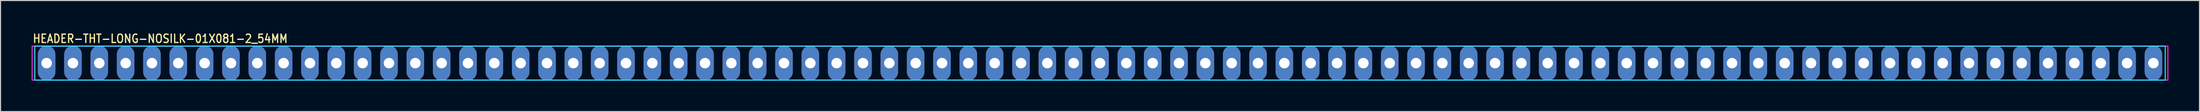
<source format=kicad_pcb>
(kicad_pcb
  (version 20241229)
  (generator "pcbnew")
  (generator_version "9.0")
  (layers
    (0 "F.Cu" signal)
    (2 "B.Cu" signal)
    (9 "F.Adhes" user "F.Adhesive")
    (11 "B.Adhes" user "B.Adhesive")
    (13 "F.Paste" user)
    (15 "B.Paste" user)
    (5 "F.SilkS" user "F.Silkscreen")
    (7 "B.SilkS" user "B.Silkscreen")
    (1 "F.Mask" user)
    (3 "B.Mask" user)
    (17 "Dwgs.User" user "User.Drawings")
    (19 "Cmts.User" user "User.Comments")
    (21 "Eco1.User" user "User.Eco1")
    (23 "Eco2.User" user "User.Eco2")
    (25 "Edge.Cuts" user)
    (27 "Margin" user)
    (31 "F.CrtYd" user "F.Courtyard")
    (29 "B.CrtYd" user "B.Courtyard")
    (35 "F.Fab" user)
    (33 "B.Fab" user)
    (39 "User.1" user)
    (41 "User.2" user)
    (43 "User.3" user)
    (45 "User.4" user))
  (footprint "HEADER-THT-LONG-NOSILK-01X081-2_54MM"
    (layer "F.Cu")
    (at 1.447 3.079)
    (property "Reference" "HEADER-THT-LONG-NOSILK-01X081-2_54MM" (at -1.4 -1.9 0) (unlocked yes) (layer "F.SilkS") (effects (font (size 0.813 0.695) (thickness 0.122)) (justify left bottom)))
    (fp_poly (pts (xy -1.143 -1.651) (xy 204.343 -1.651) (xy 204.343 1.651) (xy -1.143 1.651)) (stroke (width 0.1) (type solid)) (fill no) (layer "B.CrtYd"))
    (fp_poly (pts (xy -1.397 -1.651) (xy 204.597 -1.651) (xy 204.597 1.651) (xy -1.397 1.651)) (stroke (width 0.1) (type solid)) (fill no) (layer "F.CrtYd"))
    (pad "P$1" thru_hole oval (at 0 0 90) (size 3.387 1.693) (drill 1.016) (layers "*.Cu" "*.Mask"))
    (pad "P$2" thru_hole oval (at 2.54 0 90) (size 3.387 1.693) (drill 1.016) (layers "*.Cu" "*.Mask"))
    (pad "P$3" thru_hole oval (at 5.08 0 90) (size 3.387 1.693) (drill 1.016) (layers "*.Cu" "*.Mask"))
    (pad "P$4" thru_hole oval (at 7.62 0 90) (size 3.387 1.693) (drill 1.016) (layers "*.Cu" "*.Mask"))
    (pad "P$5" thru_hole oval (at 10.16 0 90) (size 3.387 1.693) (drill 1.016) (layers "*.Cu" "*.Mask"))
    (pad "P$6" thru_hole oval (at 12.7 0 90) (size 3.387 1.693) (drill 1.016) (layers "*.Cu" "*.Mask"))
    (pad "P$7" thru_hole oval (at 15.24 0 90) (size 3.387 1.693) (drill 1.016) (layers "*.Cu" "*.Mask"))
    (pad "P$8" thru_hole oval (at 17.78 0 90) (size 3.387 1.693) (drill 1.016) (layers "*.Cu" "*.Mask"))
    (pad "P$9" thru_hole oval (at 20.32 0 90) (size 3.387 1.693) (drill 1.016) (layers "*.Cu" "*.Mask"))
    (pad "P$10" thru_hole oval (at 22.86 0 90) (size 3.387 1.693) (drill 1.016) (layers "*.Cu" "*.Mask"))
    (pad "P$11" thru_hole oval (at 25.4 0 90) (size 3.387 1.693) (drill 1.016) (layers "*.Cu" "*.Mask"))
    (pad "P$12" thru_hole oval (at 27.94 0 90) (size 3.387 1.693) (drill 1.016) (layers "*.Cu" "*.Mask"))
    (pad "P$13" thru_hole oval (at 30.48 0 90) (size 3.387 1.693) (drill 1.016) (layers "*.Cu" "*.Mask"))
    (pad "P$14" thru_hole oval (at 33.02 0 90) (size 3.387 1.693) (drill 1.016) (layers "*.Cu" "*.Mask"))
    (pad "P$15" thru_hole oval (at 35.56 0 90) (size 3.387 1.693) (drill 1.016) (layers "*.Cu" "*.Mask"))
    (pad "P$16" thru_hole oval (at 38.1 0 90) (size 3.387 1.693) (drill 1.016) (layers "*.Cu" "*.Mask"))
    (pad "P$17" thru_hole oval (at 40.64 0 90) (size 3.387 1.693) (drill 1.016) (layers "*.Cu" "*.Mask"))
    (pad "P$18" thru_hole oval (at 43.18 0 90) (size 3.387 1.693) (drill 1.016) (layers "*.Cu" "*.Mask"))
    (pad "P$19" thru_hole oval (at 45.72 0 90) (size 3.387 1.693) (drill 1.016) (layers "*.Cu" "*.Mask"))
    (pad "P$20" thru_hole oval (at 48.26 0 90) (size 3.387 1.693) (drill 1.016) (layers "*.Cu" "*.Mask"))
    (pad "P$21" thru_hole oval (at 50.8 0 90) (size 3.387 1.693) (drill 1.016) (layers "*.Cu" "*.Mask"))
    (pad "P$22" thru_hole oval (at 53.34 0 90) (size 3.387 1.693) (drill 1.016) (layers "*.Cu" "*.Mask"))
    (pad "P$23" thru_hole oval (at 55.88 0 90) (size 3.387 1.693) (drill 1.016) (layers "*.Cu" "*.Mask"))
    (pad "P$24" thru_hole oval (at 58.42 0 90) (size 3.387 1.693) (drill 1.016) (layers "*.Cu" "*.Mask"))
    (pad "P$25" thru_hole oval (at 60.96 0 90) (size 3.387 1.693) (drill 1.016) (layers "*.Cu" "*.Mask"))
    (pad "P$26" thru_hole oval (at 63.5 0 90) (size 3.387 1.693) (drill 1.016) (layers "*.Cu" "*.Mask"))
    (pad "P$27" thru_hole oval (at 66.04 0 90) (size 3.387 1.693) (drill 1.016) (layers "*.Cu" "*.Mask"))
    (pad "P$28" thru_hole oval (at 68.58 0 90) (size 3.387 1.693) (drill 1.016) (layers "*.Cu" "*.Mask"))
    (pad "P$29" thru_hole oval (at 71.12 0 90) (size 3.387 1.693) (drill 1.016) (layers "*.Cu" "*.Mask"))
    (pad "P$30" thru_hole oval (at 73.66 0 90) (size 3.387 1.693) (drill 1.016) (layers "*.Cu" "*.Mask"))
    (pad "P$31" thru_hole oval (at 76.2 0 90) (size 3.387 1.693) (drill 1.016) (layers "*.Cu" "*.Mask"))
    (pad "P$32" thru_hole oval (at 78.74 0 90) (size 3.387 1.693) (drill 1.016) (layers "*.Cu" "*.Mask"))
    (pad "P$33" thru_hole oval (at 81.28 0 90) (size 3.387 1.693) (drill 1.016) (layers "*.Cu" "*.Mask"))
    (pad "P$34" thru_hole oval (at 83.82 0 90) (size 3.387 1.693) (drill 1.016) (layers "*.Cu" "*.Mask"))
    (pad "P$35" thru_hole oval (at 86.36 0 90) (size 3.387 1.693) (drill 1.016) (layers "*.Cu" "*.Mask"))
    (pad "P$36" thru_hole oval (at 88.9 0 90) (size 3.387 1.693) (drill 1.016) (layers "*.Cu" "*.Mask"))
    (pad "P$37" thru_hole oval (at 91.44 0 90) (size 3.387 1.693) (drill 1.016) (layers "*.Cu" "*.Mask"))
    (pad "P$38" thru_hole oval (at 93.98 0 90) (size 3.387 1.693) (drill 1.016) (layers "*.Cu" "*.Mask"))
    (pad "P$39" thru_hole oval (at 96.52 0 90) (size 3.387 1.693) (drill 1.016) (layers "*.Cu" "*.Mask"))
    (pad "P$40" thru_hole oval (at 99.06 0 90) (size 3.387 1.693) (drill 1.016) (layers "*.Cu" "*.Mask"))
    (pad "P$41" thru_hole oval (at 101.6 0 90) (size 3.387 1.693) (drill 1.016) (layers "*.Cu" "*.Mask"))
    (pad "P$42" thru_hole oval (at 104.14 0 90) (size 3.387 1.693) (drill 1.016) (layers "*.Cu" "*.Mask"))
    (pad "P$43" thru_hole oval (at 106.68 0 90) (size 3.387 1.693) (drill 1.016) (layers "*.Cu" "*.Mask"))
    (pad "P$44" thru_hole oval (at 109.22 0 90) (size 3.387 1.693) (drill 1.016) (layers "*.Cu" "*.Mask"))
    (pad "P$45" thru_hole oval (at 111.76 0 90) (size 3.387 1.693) (drill 1.016) (layers "*.Cu" "*.Mask"))
    (pad "P$46" thru_hole oval (at 114.3 0 90) (size 3.387 1.693) (drill 1.016) (layers "*.Cu" "*.Mask"))
    (pad "P$47" thru_hole oval (at 116.84 0 90) (size 3.387 1.693) (drill 1.016) (layers "*.Cu" "*.Mask"))
    (pad "P$48" thru_hole oval (at 119.38 0 90) (size 3.387 1.693) (drill 1.016) (layers "*.Cu" "*.Mask"))
    (pad "P$49" thru_hole oval (at 121.92 0 90) (size 3.387 1.693) (drill 1.016) (layers "*.Cu" "*.Mask"))
    (pad "P$50" thru_hole oval (at 124.46 0 90) (size 3.387 1.693) (drill 1.016) (layers "*.Cu" "*.Mask"))
    (pad "P$51" thru_hole oval (at 127 0 90) (size 3.387 1.693) (drill 1.016) (layers "*.Cu" "*.Mask"))
    (pad "P$52" thru_hole oval (at 129.54 0 90) (size 3.387 1.693) (drill 1.016) (layers "*.Cu" "*.Mask"))
    (pad "P$53" thru_hole oval (at 132.08 0 90) (size 3.387 1.693) (drill 1.016) (layers "*.Cu" "*.Mask"))
    (pad "P$54" thru_hole oval (at 134.62 0 90) (size 3.387 1.693) (drill 1.016) (layers "*.Cu" "*.Mask"))
    (pad "P$55" thru_hole oval (at 137.16 0 90) (size 3.387 1.693) (drill 1.016) (layers "*.Cu" "*.Mask"))
    (pad "P$56" thru_hole oval (at 139.7 0 90) (size 3.387 1.693) (drill 1.016) (layers "*.Cu" "*.Mask"))
    (pad "P$57" thru_hole oval (at 142.24 0 90) (size 3.387 1.693) (drill 1.016) (layers "*.Cu" "*.Mask"))
    (pad "P$58" thru_hole oval (at 144.78 0 90) (size 3.387 1.693) (drill 1.016) (layers "*.Cu" "*.Mask"))
    (pad "P$59" thru_hole oval (at 147.32 0 90) (size 3.387 1.693) (drill 1.016) (layers "*.Cu" "*.Mask"))
    (pad "P$60" thru_hole oval (at 149.86 0 90) (size 3.387 1.693) (drill 1.016) (layers "*.Cu" "*.Mask"))
    (pad "P$61" thru_hole oval (at 152.4 0 90) (size 3.387 1.693) (drill 1.016) (layers "*.Cu" "*.Mask"))
    (pad "P$62" thru_hole oval (at 154.94 0 90) (size 3.387 1.693) (drill 1.016) (layers "*.Cu" "*.Mask"))
    (pad "P$63" thru_hole oval (at 157.48 0 90) (size 3.387 1.693) (drill 1.016) (layers "*.Cu" "*.Mask"))
    (pad "P$64" thru_hole oval (at 160.02 0 90) (size 3.387 1.693) (drill 1.016) (layers "*.Cu" "*.Mask"))
    (pad "P$65" thru_hole oval (at 162.56 0 90) (size 3.387 1.693) (drill 1.016) (layers "*.Cu" "*.Mask"))
    (pad "P$66" thru_hole oval (at 165.1 0 90) (size 3.387 1.693) (drill 1.016) (layers "*.Cu" "*.Mask"))
    (pad "P$67" thru_hole oval (at 167.64 0 90) (size 3.387 1.693) (drill 1.016) (layers "*.Cu" "*.Mask"))
    (pad "P$68" thru_hole oval (at 170.18 0 90) (size 3.387 1.693) (drill 1.016) (layers "*.Cu" "*.Mask"))
    (pad "P$69" thru_hole oval (at 172.72 0 90) (size 3.387 1.693) (drill 1.016) (layers "*.Cu" "*.Mask"))
    (pad "P$70" thru_hole oval (at 175.26 0 90) (size 3.387 1.693) (drill 1.016) (layers "*.Cu" "*.Mask"))
    (pad "P$71" thru_hole oval (at 177.8 0 90) (size 3.387 1.693) (drill 1.016) (layers "*.Cu" "*.Mask"))
    (pad "P$72" thru_hole oval (at 180.34 0 90) (size 3.387 1.693) (drill 1.016) (layers "*.Cu" "*.Mask"))
    (pad "P$73" thru_hole oval (at 182.88 0 90) (size 3.387 1.693) (drill 1.016) (layers "*.Cu" "*.Mask"))
    (pad "P$74" thru_hole oval (at 185.42 0 90) (size 3.387 1.693) (drill 1.016) (layers "*.Cu" "*.Mask"))
    (pad "P$75" thru_hole oval (at 187.96 0 90) (size 3.387 1.693) (drill 1.016) (layers "*.Cu" "*.Mask"))
    (pad "P$76" thru_hole oval (at 190.5 0 90) (size 3.387 1.693) (drill 1.016) (layers "*.Cu" "*.Mask"))
    (pad "P$77" thru_hole oval (at 193.04 0 90) (size 3.387 1.693) (drill 1.016) (layers "*.Cu" "*.Mask"))
    (pad "P$78" thru_hole oval (at 195.58 0 90) (size 3.387 1.693) (drill 1.016) (layers "*.Cu" "*.Mask"))
    (pad "P$79" thru_hole oval (at 198.12 0 90) (size 3.387 1.693) (drill 1.016) (layers "*.Cu" "*.Mask"))
    (pad "P$80" thru_hole oval (at 200.66 0 90) (size 3.387 1.693) (drill 1.016) (layers "*.Cu" "*.Mask"))
    (pad "P$81" thru_hole oval (at 203.2 0 90) (size 3.387 1.693) (drill 1.016) (layers "*.Cu" "*.Mask")))
  (gr_rect
    (start -3 -3)
    (end 209.094 7.78)
    (stroke (width 0.1) (type default))
    (fill no)
    (layer "Edge.Cuts")))
</source>
